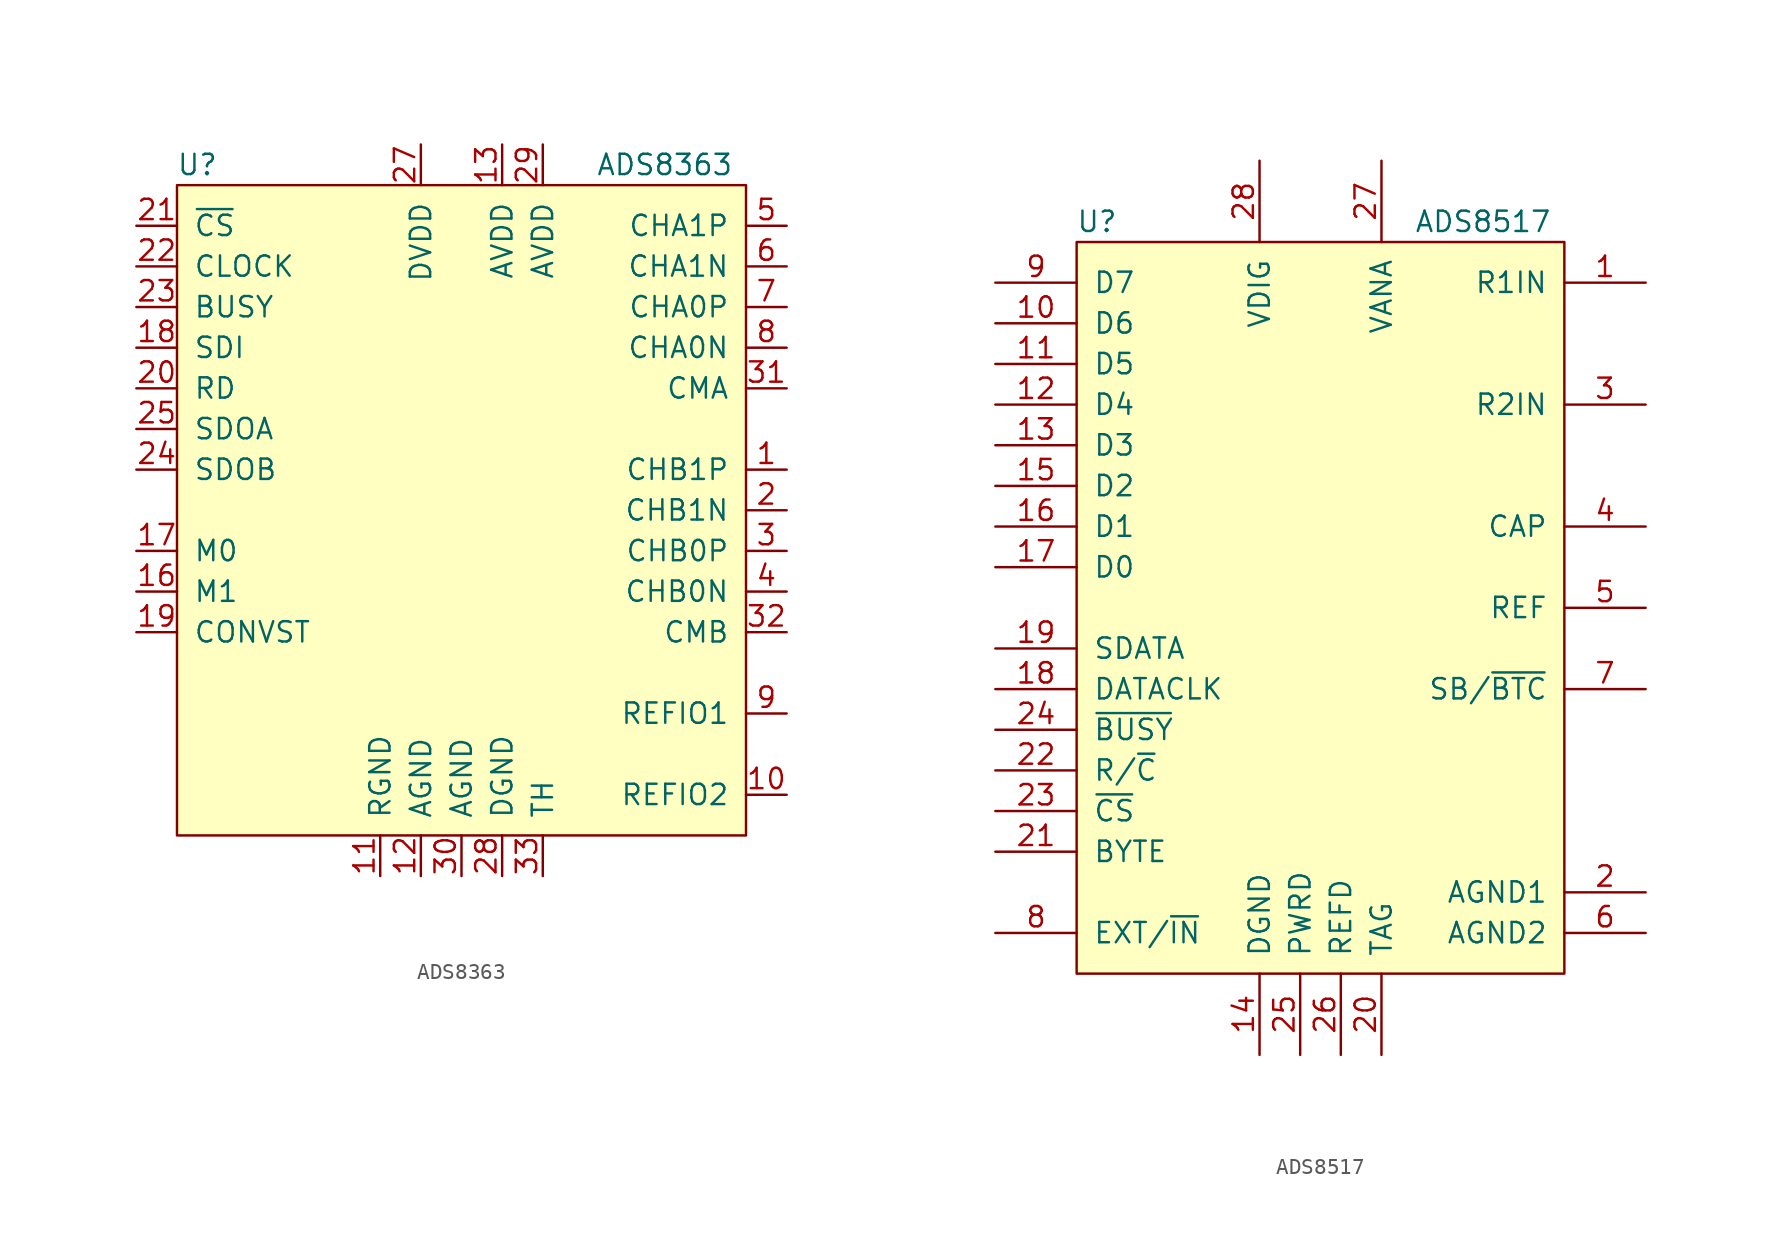
<source format=kicad_sym>
(kicad_symbol_lib
  (version 20220914)
  (generator kicad_symbol_editor)
  (symbol "ADS8363"
    (pin_names
      (offset 1.016))
    (property "Reference" "U"
      (at -16.51 21.59 0)
      (effects (font (size 1.27 1.27))))
    (property "Value" "ADS8363"
      (at 12.7 21.59 0)
      (effects (font (size 1.27 1.27))))
    (symbol "ADS8363_0_1"
      (rectangle (start -17.78 20.32) (end 17.78 -20.32) (stroke (width 0) (type solid)) (fill (type background))))
    (symbol "ADS8363_1_1"
      (pin input line (at 20.32 2.54 180) (length 2.54) (name "CHB1P" (effects (font (size 1.27 1.27)))) (number "1" (effects (font (size 1.27 1.27)))))
      (pin bidirectional line (at 20.32 -17.78 180) (length 2.54) (name "REFIO2" (effects (font (size 1.27 1.27)))) (number "10" (effects (font (size 1.27 1.27)))))
      (pin passive line (at -5.08 -22.86 90) (length 2.54) (name "RGND" (effects (font (size 1.27 1.27)))) (number "11" (effects (font (size 1.27 1.27)))))
      (pin passive line (at -2.54 -22.86 90) (length 2.54) (name "AGND" (effects (font (size 1.27 1.27)))) (number "12" (effects (font (size 1.27 1.27)))))
      (pin passive line (at 2.54 22.86 270) (length 2.54) (name "AVDD" (effects (font (size 1.27 1.27)))) (number "13" (effects (font (size 1.27 1.27)))))
      (pin no_connect non_logic (at -17.78 -16.51 180) (length 0) hide (name "NC" (effects (font (size 1.27 1.27)))) (number "14" (effects (font (size 1.27 1.27)))))
      (pin no_connect non_logic (at -17.78 -13.97 180) (length 0) hide (name "NC" (effects (font (size 1.27 1.27)))) (number "15" (effects (font (size 1.27 1.27)))))
      (pin input line (at -20.32 -5.08 0) (length 2.54) (name "M1" (effects (font (size 1.27 1.27)))) (number "16" (effects (font (size 1.27 1.27)))))
      (pin input line (at -20.32 -2.54 0) (length 2.54) (name "M0" (effects (font (size 1.27 1.27)))) (number "17" (effects (font (size 1.27 1.27)))))
      (pin input line (at -20.32 10.16 0) (length 2.54) (name "SDI" (effects (font (size 1.27 1.27)))) (number "18" (effects (font (size 1.27 1.27)))))
      (pin input line (at -20.32 -7.62 0) (length 2.54) (name "CONVST" (effects (font (size 1.27 1.27)))) (number "19" (effects (font (size 1.27 1.27)))))
      (pin input line (at 20.32 0 180) (length 2.54) (name "CHB1N" (effects (font (size 1.27 1.27)))) (number "2" (effects (font (size 1.27 1.27)))))
      (pin input line (at -20.32 7.62 0) (length 2.54) (name "RD" (effects (font (size 1.27 1.27)))) (number "20" (effects (font (size 1.27 1.27)))))
      (pin input line (at -20.32 17.78 0) (length 2.54) (name "~{CS}" (effects (font (size 1.27 1.27)))) (number "21" (effects (font (size 1.27 1.27)))))
      (pin input line (at -20.32 15.24 0) (length 2.54) (name "CLOCK" (effects (font (size 1.27 1.27)))) (number "22" (effects (font (size 1.27 1.27)))))
      (pin output line (at -20.32 12.7 0) (length 2.54) (name "BUSY" (effects (font (size 1.27 1.27)))) (number "23" (effects (font (size 1.27 1.27)))))
      (pin output line (at -20.32 2.54 0) (length 2.54) (name "SDOB" (effects (font (size 1.27 1.27)))) (number "24" (effects (font (size 1.27 1.27)))))
      (pin output line (at -20.32 5.08 0) (length 2.54) (name "SDOA" (effects (font (size 1.27 1.27)))) (number "25" (effects (font (size 1.27 1.27)))))
      (pin no_connect non_logic (at -17.78 -11.43 180) (length 0) hide (name "NC" (effects (font (size 1.27 1.27)))) (number "26" (effects (font (size 1.27 1.27)))))
      (pin passive line (at -2.54 22.86 270) (length 2.54) (name "DVDD" (effects (font (size 1.27 1.27)))) (number "27" (effects (font (size 1.27 1.27)))))
      (pin passive line (at 2.54 -22.86 90) (length 2.54) (name "DGND" (effects (font (size 1.27 1.27)))) (number "28" (effects (font (size 1.27 1.27)))))
      (pin passive line (at 5.08 22.86 270) (length 2.54) (name "AVDD" (effects (font (size 1.27 1.27)))) (number "29" (effects (font (size 1.27 1.27)))))
      (pin input line (at 20.32 -2.54 180) (length 2.54) (name "CHB0P" (effects (font (size 1.27 1.27)))) (number "3" (effects (font (size 1.27 1.27)))))
      (pin passive line (at 0 -22.86 90) (length 2.54) (name "AGND" (effects (font (size 1.27 1.27)))) (number "30" (effects (font (size 1.27 1.27)))))
      (pin input line (at 20.32 7.62 180) (length 2.54) (name "CMA" (effects (font (size 1.27 1.27)))) (number "31" (effects (font (size 1.27 1.27)))))
      (pin input line (at 20.32 -7.62 180) (length 2.54) (name "CMB" (effects (font (size 1.27 1.27)))) (number "32" (effects (font (size 1.27 1.27)))))
      (pin passive line (at 5.08 -22.86 90) (length 2.54) (name "TH" (effects (font (size 1.27 1.27)))) (number "33" (effects (font (size 1.27 1.27)))))
      (pin input line (at 20.32 -5.08 180) (length 2.54) (name "CHB0N" (effects (font (size 1.27 1.27)))) (number "4" (effects (font (size 1.27 1.27)))))
      (pin input line (at 20.32 17.78 180) (length 2.54) (name "CHA1P" (effects (font (size 1.27 1.27)))) (number "5" (effects (font (size 1.27 1.27)))))
      (pin input line (at 20.32 15.24 180) (length 2.54) (name "CHA1N" (effects (font (size 1.27 1.27)))) (number "6" (effects (font (size 1.27 1.27)))))
      (pin input line (at 20.32 12.7 180) (length 2.54) (name "CHA0P" (effects (font (size 1.27 1.27)))) (number "7" (effects (font (size 1.27 1.27)))))
      (pin input line (at 20.32 10.16 180) (length 2.54) (name "CHA0N" (effects (font (size 1.27 1.27)))) (number "8" (effects (font (size 1.27 1.27)))))
      (pin bidirectional line (at 20.32 -12.7 180) (length 2.54) (name "REFIO1" (effects (font (size 1.27 1.27)))) (number "9" (effects (font (size 1.27 1.27)))))))
  (symbol "ADS8517"
    (pin_names
      (offset 1.016))
    (property "Reference" "U"
      (at -13.97 24.13 0)
      (effects (font (size 1.27 1.27))))
    (property "Value" "ADS8517"
      (at 10.16 24.13 0)
      (effects (font (size 1.27 1.27))))
    (symbol "ADS8517_0_1"
      (rectangle (start -15.24 22.86) (end 15.24 -22.86) (stroke (width 0) (type solid)) (fill (type background))))
    (symbol "ADS8517_1_1"
      (pin input line (at 20.32 20.32 180) (length 5.08) (name "R1IN" (effects (font (size 1.27 1.27)))) (number "1" (effects (font (size 1.27 1.27)))))
      (pin output line (at -20.32 17.78 0) (length 5.08) (name "D6" (effects (font (size 1.27 1.27)))) (number "10" (effects (font (size 1.27 1.27)))))
      (pin output line (at -20.32 15.24 0) (length 5.08) (name "D5" (effects (font (size 1.27 1.27)))) (number "11" (effects (font (size 1.27 1.27)))))
      (pin output line (at -20.32 12.7 0) (length 5.08) (name "D4" (effects (font (size 1.27 1.27)))) (number "12" (effects (font (size 1.27 1.27)))))
      (pin output line (at -20.32 10.16 0) (length 5.08) (name "D3" (effects (font (size 1.27 1.27)))) (number "13" (effects (font (size 1.27 1.27)))))
      (pin passive line (at -3.81 -27.94 90) (length 5.08) (name "DGND" (effects (font (size 1.27 1.27)))) (number "14" (effects (font (size 1.27 1.27)))))
      (pin output line (at -20.32 7.62 0) (length 5.08) (name "D2" (effects (font (size 1.27 1.27)))) (number "15" (effects (font (size 1.27 1.27)))))
      (pin output line (at -20.32 5.08 0) (length 5.08) (name "D1" (effects (font (size 1.27 1.27)))) (number "16" (effects (font (size 1.27 1.27)))))
      (pin output line (at -20.32 2.54 0) (length 5.08) (name "D0" (effects (font (size 1.27 1.27)))) (number "17" (effects (font (size 1.27 1.27)))))
      (pin bidirectional line (at -20.32 -5.08 0) (length 5.08) (name "DATACLK" (effects (font (size 1.27 1.27)))) (number "18" (effects (font (size 1.27 1.27)))))
      (pin output line (at -20.32 -2.54 0) (length 5.08) (name "SDATA" (effects (font (size 1.27 1.27)))) (number "19" (effects (font (size 1.27 1.27)))))
      (pin passive line (at 20.32 -17.78 180) (length 5.08) (name "AGND1" (effects (font (size 1.27 1.27)))) (number "2" (effects (font (size 1.27 1.27)))))
      (pin input line (at 3.81 -27.94 90) (length 5.08) (name "TAG" (effects (font (size 1.27 1.27)))) (number "20" (effects (font (size 1.27 1.27)))))
      (pin input line (at -20.32 -15.24 0) (length 5.08) (name "BYTE" (effects (font (size 1.27 1.27)))) (number "21" (effects (font (size 1.27 1.27)))))
      (pin input line (at -20.32 -10.16 0) (length 5.08) (name "R/~{C}" (effects (font (size 1.27 1.27)))) (number "22" (effects (font (size 1.27 1.27)))))
      (pin input line (at -20.32 -12.7 0) (length 5.08) (name "~{CS}" (effects (font (size 1.27 1.27)))) (number "23" (effects (font (size 1.27 1.27)))))
      (pin output line (at -20.32 -7.62 0) (length 5.08) (name "~{BUSY}" (effects (font (size 1.27 1.27)))) (number "24" (effects (font (size 1.27 1.27)))))
      (pin input line (at -1.27 -27.94 90) (length 5.08) (name "PWRD" (effects (font (size 1.27 1.27)))) (number "25" (effects (font (size 1.27 1.27)))))
      (pin input line (at 1.27 -27.94 90) (length 5.08) (name "REFD" (effects (font (size 1.27 1.27)))) (number "26" (effects (font (size 1.27 1.27)))))
      (pin passive line (at 3.81 27.94 270) (length 5.08) (name "VANA" (effects (font (size 1.27 1.27)))) (number "27" (effects (font (size 1.27 1.27)))))
      (pin passive line (at -3.81 27.94 270) (length 5.08) (name "VDIG" (effects (font (size 1.27 1.27)))) (number "28" (effects (font (size 1.27 1.27)))))
      (pin input line (at 20.32 12.7 180) (length 5.08) (name "R2IN" (effects (font (size 1.27 1.27)))) (number "3" (effects (font (size 1.27 1.27)))))
      (pin passive line (at 20.32 5.08 180) (length 5.08) (name "CAP" (effects (font (size 1.27 1.27)))) (number "4" (effects (font (size 1.27 1.27)))))
      (pin passive line (at 20.32 0 180) (length 5.08) (name "REF" (effects (font (size 1.27 1.27)))) (number "5" (effects (font (size 1.27 1.27)))))
      (pin passive line (at 20.32 -20.32 180) (length 5.08) (name "AGND2" (effects (font (size 1.27 1.27)))) (number "6" (effects (font (size 1.27 1.27)))))
      (pin input line (at 20.32 -5.08 180) (length 5.08) (name "SB/~{BTC}" (effects (font (size 1.27 1.27)))) (number "7" (effects (font (size 1.27 1.27)))))
      (pin input line (at -20.32 -20.32 0) (length 5.08) (name "EXT/~{IN}" (effects (font (size 1.27 1.27)))) (number "8" (effects (font (size 1.27 1.27)))))
      (pin output line (at -20.32 20.32 0) (length 5.08) (name "D7" (effects (font (size 1.27 1.27)))) (number "9" (effects (font (size 1.27 1.27))))))))
</source>
